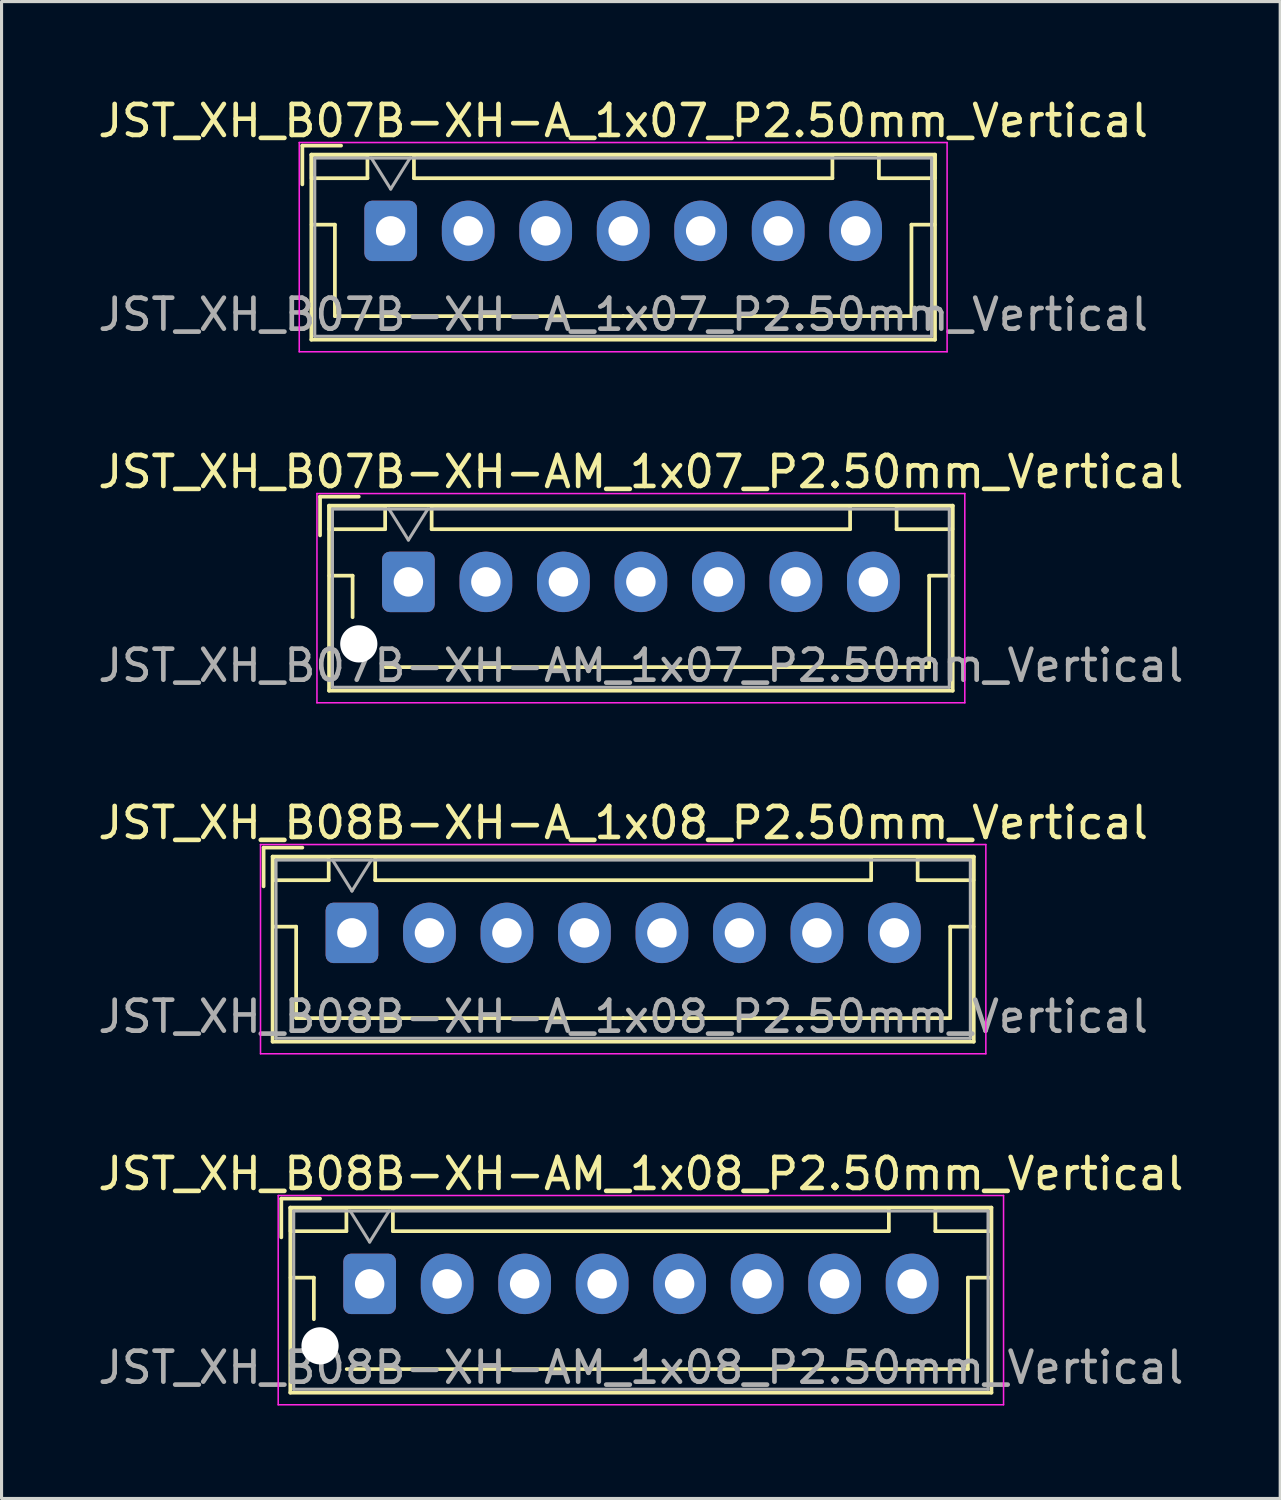
<source format=kicad_pcb>
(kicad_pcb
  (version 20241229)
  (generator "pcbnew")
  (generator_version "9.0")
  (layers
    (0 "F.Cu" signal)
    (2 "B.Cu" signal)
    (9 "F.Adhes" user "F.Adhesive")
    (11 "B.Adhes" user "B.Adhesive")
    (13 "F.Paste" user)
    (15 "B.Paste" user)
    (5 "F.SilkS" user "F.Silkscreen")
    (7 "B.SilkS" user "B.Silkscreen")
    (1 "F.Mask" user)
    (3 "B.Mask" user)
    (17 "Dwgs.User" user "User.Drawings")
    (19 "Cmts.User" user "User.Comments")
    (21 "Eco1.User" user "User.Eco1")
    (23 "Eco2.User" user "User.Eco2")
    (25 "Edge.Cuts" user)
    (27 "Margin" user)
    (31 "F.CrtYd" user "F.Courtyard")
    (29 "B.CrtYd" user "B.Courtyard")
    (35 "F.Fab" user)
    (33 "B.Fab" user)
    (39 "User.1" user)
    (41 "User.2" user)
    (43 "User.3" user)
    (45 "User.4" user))
  (footprint "JST_XH_B08B-XH-AM_1x08_P2.50mm_Vertical"
    (layer "F.Cu")
    (at 8.875 38.368)
    (property "Reference" "JST_XH_B08B-XH-AM_1x08_P2.50mm_Vertical" (at 8.75 -3.55 0) (layer "F.SilkS") (effects (font (size 1 1) (thickness 0.15))))
    (attr through_hole)
    (fp_line (start -2.85 -2.75) (end -2.85 -1.5) (stroke (width 0.12) (type solid)) (layer "F.SilkS"))
    (fp_line (start -2.56 -2.46) (end -2.56 3.51) (stroke (width 0.12) (type solid)) (layer "F.SilkS"))
    (fp_line (start -2.56 3.51) (end 20.06 3.51) (stroke (width 0.12) (type solid)) (layer "F.SilkS"))
    (fp_line (start -2.55 -2.45) (end -2.55 -1.7) (stroke (width 0.12) (type solid)) (layer "F.SilkS"))
    (fp_line (start -2.55 -1.7) (end -0.75 -1.7) (stroke (width 0.12) (type solid)) (layer "F.SilkS"))
    (fp_line (start -2.55 -0.2) (end -1.8 -0.2) (stroke (width 0.12) (type solid)) (layer "F.SilkS"))
    (fp_line (start -1.8 -0.2) (end -1.8 1.14) (stroke (width 0.12) (type solid)) (layer "F.SilkS"))
    (fp_line (start -1.6 -2.75) (end -2.85 -2.75) (stroke (width 0.12) (type solid)) (layer "F.SilkS"))
    (fp_line (start -0.75 -2.45) (end -2.55 -2.45) (stroke (width 0.12) (type solid)) (layer "F.SilkS"))
    (fp_line (start -0.75 -1.7) (end -0.75 -2.45) (stroke (width 0.12) (type solid)) (layer "F.SilkS"))
    (fp_line (start 0.75 -2.45) (end 0.75 -1.7) (stroke (width 0.12) (type solid)) (layer "F.SilkS"))
    (fp_line (start 0.75 -1.7) (end 16.75 -1.7) (stroke (width 0.12) (type solid)) (layer "F.SilkS"))
    (fp_line (start 8.75 2.75) (end -0.74 2.75) (stroke (width 0.12) (type solid)) (layer "F.SilkS"))
    (fp_line (start 16.75 -2.45) (end 0.75 -2.45) (stroke (width 0.12) (type solid)) (layer "F.SilkS"))
    (fp_line (start 16.75 -1.7) (end 16.75 -2.45) (stroke (width 0.12) (type solid)) (layer "F.SilkS"))
    (fp_line (start 18.25 -2.45) (end 18.25 -1.7) (stroke (width 0.12) (type solid)) (layer "F.SilkS"))
    (fp_line (start 18.25 -1.7) (end 20.05 -1.7) (stroke (width 0.12) (type solid)) (layer "F.SilkS"))
    (fp_line (start 19.3 -0.2) (end 19.3 2.75) (stroke (width 0.12) (type solid)) (layer "F.SilkS"))
    (fp_line (start 19.3 2.75) (end 8.75 2.75) (stroke (width 0.12) (type solid)) (layer "F.SilkS"))
    (fp_line (start 20.05 -2.45) (end 18.25 -2.45) (stroke (width 0.12) (type solid)) (layer "F.SilkS"))
    (fp_line (start 20.05 -1.7) (end 20.05 -2.45) (stroke (width 0.12) (type solid)) (layer "F.SilkS"))
    (fp_line (start 20.05 -0.2) (end 19.3 -0.2) (stroke (width 0.12) (type solid)) (layer "F.SilkS"))
    (fp_line (start 20.06 -2.46) (end -2.56 -2.46) (stroke (width 0.12) (type solid)) (layer "F.SilkS"))
    (fp_line (start 20.06 3.51) (end 20.06 -2.46) (stroke (width 0.12) (type solid)) (layer "F.SilkS"))
    (fp_line (start -2.95 -2.85) (end -2.95 3.9) (stroke (width 0.05) (type solid)) (layer "F.CrtYd"))
    (fp_line (start -2.95 3.9) (end 20.45 3.9) (stroke (width 0.05) (type solid)) (layer "F.CrtYd"))
    (fp_line (start 20.45 -2.85) (end -2.95 -2.85) (stroke (width 0.05) (type solid)) (layer "F.CrtYd"))
    (fp_line (start 20.45 3.9) (end 20.45 -2.85) (stroke (width 0.05) (type solid)) (layer "F.CrtYd"))
    (fp_line (start -2.45 -2.35) (end -2.45 3.4) (stroke (width 0.1) (type solid)) (layer "F.Fab"))
    (fp_line (start -2.45 3.4) (end 19.95 3.4) (stroke (width 0.1) (type solid)) (layer "F.Fab"))
    (fp_line (start -0.625 -2.35) (end 0 -1.35) (stroke (width 0.1) (type solid)) (layer "F.Fab"))
    (fp_line (start 0 -1.35) (end 0.625 -2.35) (stroke (width 0.1) (type solid)) (layer "F.Fab"))
    (fp_line (start 19.95 -2.35) (end -2.45 -2.35) (stroke (width 0.1) (type solid)) (layer "F.Fab"))
    (fp_line (start 19.95 3.4) (end 19.95 -2.35) (stroke (width 0.1) (type solid)) (layer "F.Fab"))
    (fp_text user "${REFERENCE}" (at 8.75 2.7 0) (layer "F.Fab") (effects (font (size 1 1) (thickness 0.15))))
    (pad "" np_thru_hole circle (at -1.6 2) (size 1.2 1.2) (drill 1.2) (layers "*.Cu" "*.Mask"))
    (pad "1" thru_hole roundrect (at 0 0) (size 1.7 1.95) (drill 0.95) (layers "*.Cu" "*.Mask") (roundrect_rratio 0.147))
    (pad "2" thru_hole oval (at 2.5 0) (size 1.7 1.95) (drill 0.95) (layers "*.Cu" "*.Mask"))
    (pad "3" thru_hole oval (at 5 0) (size 1.7 1.95) (drill 0.95) (layers "*.Cu" "*.Mask"))
    (pad "4" thru_hole oval (at 7.5 0) (size 1.7 1.95) (drill 0.95) (layers "*.Cu" "*.Mask"))
    (pad "5" thru_hole oval (at 10 0) (size 1.7 1.95) (drill 0.95) (layers "*.Cu" "*.Mask"))
    (pad "6" thru_hole oval (at 12.5 0) (size 1.7 1.95) (drill 0.95) (layers "*.Cu" "*.Mask"))
    (pad "7" thru_hole oval (at 15 0) (size 1.7 1.95) (drill 0.95) (layers "*.Cu" "*.Mask"))
    (pad "8" thru_hole oval (at 17.5 0) (size 1.7 1.95) (drill 0.95) (layers "*.Cu" "*.Mask")))
  (footprint "JST_XH_B07B-XH-A_1x07_P2.50mm_Vertical"
    (layer "F.Cu")
    (at 9.554 4.398)
    (property "Reference" "JST_XH_B07B-XH-A_1x07_P2.50mm_Vertical" (at 7.5 -3.55 0) (layer "F.SilkS") (effects (font (size 1 1) (thickness 0.15))))
    (attr through_hole)
    (fp_line (start -2.85 -2.75) (end -2.85 -1.5) (stroke (width 0.12) (type solid)) (layer "F.SilkS"))
    (fp_line (start -2.56 -2.46) (end -2.56 3.51) (stroke (width 0.12) (type solid)) (layer "F.SilkS"))
    (fp_line (start -2.56 3.51) (end 17.56 3.51) (stroke (width 0.12) (type solid)) (layer "F.SilkS"))
    (fp_line (start -2.55 -2.45) (end -2.55 -1.7) (stroke (width 0.12) (type solid)) (layer "F.SilkS"))
    (fp_line (start -2.55 -1.7) (end -0.75 -1.7) (stroke (width 0.12) (type solid)) (layer "F.SilkS"))
    (fp_line (start -2.55 -0.2) (end -1.8 -0.2) (stroke (width 0.12) (type solid)) (layer "F.SilkS"))
    (fp_line (start -1.8 -0.2) (end -1.8 2.75) (stroke (width 0.12) (type solid)) (layer "F.SilkS"))
    (fp_line (start -1.8 2.75) (end 7.5 2.75) (stroke (width 0.12) (type solid)) (layer "F.SilkS"))
    (fp_line (start -1.6 -2.75) (end -2.85 -2.75) (stroke (width 0.12) (type solid)) (layer "F.SilkS"))
    (fp_line (start -0.75 -2.45) (end -2.55 -2.45) (stroke (width 0.12) (type solid)) (layer "F.SilkS"))
    (fp_line (start -0.75 -1.7) (end -0.75 -2.45) (stroke (width 0.12) (type solid)) (layer "F.SilkS"))
    (fp_line (start 0.75 -2.45) (end 0.75 -1.7) (stroke (width 0.12) (type solid)) (layer "F.SilkS"))
    (fp_line (start 0.75 -1.7) (end 14.25 -1.7) (stroke (width 0.12) (type solid)) (layer "F.SilkS"))
    (fp_line (start 14.25 -2.45) (end 0.75 -2.45) (stroke (width 0.12) (type solid)) (layer "F.SilkS"))
    (fp_line (start 14.25 -1.7) (end 14.25 -2.45) (stroke (width 0.12) (type solid)) (layer "F.SilkS"))
    (fp_line (start 15.75 -2.45) (end 15.75 -1.7) (stroke (width 0.12) (type solid)) (layer "F.SilkS"))
    (fp_line (start 15.75 -1.7) (end 17.55 -1.7) (stroke (width 0.12) (type solid)) (layer "F.SilkS"))
    (fp_line (start 16.8 -0.2) (end 16.8 2.75) (stroke (width 0.12) (type solid)) (layer "F.SilkS"))
    (fp_line (start 16.8 2.75) (end 7.5 2.75) (stroke (width 0.12) (type solid)) (layer "F.SilkS"))
    (fp_line (start 17.55 -2.45) (end 15.75 -2.45) (stroke (width 0.12) (type solid)) (layer "F.SilkS"))
    (fp_line (start 17.55 -1.7) (end 17.55 -2.45) (stroke (width 0.12) (type solid)) (layer "F.SilkS"))
    (fp_line (start 17.55 -0.2) (end 16.8 -0.2) (stroke (width 0.12) (type solid)) (layer "F.SilkS"))
    (fp_line (start 17.56 -2.46) (end -2.56 -2.46) (stroke (width 0.12) (type solid)) (layer "F.SilkS"))
    (fp_line (start 17.56 3.51) (end 17.56 -2.46) (stroke (width 0.12) (type solid)) (layer "F.SilkS"))
    (fp_line (start -2.95 -2.85) (end -2.95 3.9) (stroke (width 0.05) (type solid)) (layer "F.CrtYd"))
    (fp_line (start -2.95 3.9) (end 17.95 3.9) (stroke (width 0.05) (type solid)) (layer "F.CrtYd"))
    (fp_line (start 17.95 -2.85) (end -2.95 -2.85) (stroke (width 0.05) (type solid)) (layer "F.CrtYd"))
    (fp_line (start 17.95 3.9) (end 17.95 -2.85) (stroke (width 0.05) (type solid)) (layer "F.CrtYd"))
    (fp_line (start -2.45 -2.35) (end -2.45 3.4) (stroke (width 0.1) (type solid)) (layer "F.Fab"))
    (fp_line (start -2.45 3.4) (end 17.45 3.4) (stroke (width 0.1) (type solid)) (layer "F.Fab"))
    (fp_line (start -0.625 -2.35) (end 0 -1.35) (stroke (width 0.1) (type solid)) (layer "F.Fab"))
    (fp_line (start 0 -1.35) (end 0.625 -2.35) (stroke (width 0.1) (type solid)) (layer "F.Fab"))
    (fp_line (start 17.45 -2.35) (end -2.45 -2.35) (stroke (width 0.1) (type solid)) (layer "F.Fab"))
    (fp_line (start 17.45 3.4) (end 17.45 -2.35) (stroke (width 0.1) (type solid)) (layer "F.Fab"))
    (fp_text user "${REFERENCE}" (at 7.5 2.7 0) (layer "F.Fab") (effects (font (size 1 1) (thickness 0.15))))
    (pad "1" thru_hole roundrect (at 0 0) (size 1.7 1.95) (drill 0.95) (layers "*.Cu" "*.Mask") (roundrect_rratio 0.147))
    (pad "2" thru_hole oval (at 2.5 0) (size 1.7 1.95) (drill 0.95) (layers "*.Cu" "*.Mask"))
    (pad "3" thru_hole oval (at 5 0) (size 1.7 1.95) (drill 0.95) (layers "*.Cu" "*.Mask"))
    (pad "4" thru_hole oval (at 7.5 0) (size 1.7 1.95) (drill 0.95) (layers "*.Cu" "*.Mask"))
    (pad "5" thru_hole oval (at 10 0) (size 1.7 1.95) (drill 0.95) (layers "*.Cu" "*.Mask"))
    (pad "6" thru_hole oval (at 12.5 0) (size 1.7 1.95) (drill 0.95) (layers "*.Cu" "*.Mask"))
    (pad "7" thru_hole oval (at 15 0) (size 1.7 1.95) (drill 0.95) (layers "*.Cu" "*.Mask")))
  (footprint "JST_XH_B07B-XH-AM_1x07_P2.50mm_Vertical"
    (layer "F.Cu")
    (at 10.125 15.722)
    (property "Reference" "JST_XH_B07B-XH-AM_1x07_P2.50mm_Vertical" (at 7.5 -3.55 0) (layer "F.SilkS") (effects (font (size 1 1) (thickness 0.15))))
    (attr through_hole)
    (fp_line (start -2.85 -2.75) (end -2.85 -1.5) (stroke (width 0.12) (type solid)) (layer "F.SilkS"))
    (fp_line (start -2.56 -2.46) (end -2.56 3.51) (stroke (width 0.12) (type solid)) (layer "F.SilkS"))
    (fp_line (start -2.56 3.51) (end 17.56 3.51) (stroke (width 0.12) (type solid)) (layer "F.SilkS"))
    (fp_line (start -2.55 -2.45) (end -2.55 -1.7) (stroke (width 0.12) (type solid)) (layer "F.SilkS"))
    (fp_line (start -2.55 -1.7) (end -0.75 -1.7) (stroke (width 0.12) (type solid)) (layer "F.SilkS"))
    (fp_line (start -2.55 -0.2) (end -1.8 -0.2) (stroke (width 0.12) (type solid)) (layer "F.SilkS"))
    (fp_line (start -1.8 -0.2) (end -1.8 1.14) (stroke (width 0.12) (type solid)) (layer "F.SilkS"))
    (fp_line (start -1.6 -2.75) (end -2.85 -2.75) (stroke (width 0.12) (type solid)) (layer "F.SilkS"))
    (fp_line (start -0.75 -2.45) (end -2.55 -2.45) (stroke (width 0.12) (type solid)) (layer "F.SilkS"))
    (fp_line (start -0.75 -1.7) (end -0.75 -2.45) (stroke (width 0.12) (type solid)) (layer "F.SilkS"))
    (fp_line (start 0.75 -2.45) (end 0.75 -1.7) (stroke (width 0.12) (type solid)) (layer "F.SilkS"))
    (fp_line (start 0.75 -1.7) (end 14.25 -1.7) (stroke (width 0.12) (type solid)) (layer "F.SilkS"))
    (fp_line (start 7.5 2.75) (end -0.74 2.75) (stroke (width 0.12) (type solid)) (layer "F.SilkS"))
    (fp_line (start 14.25 -2.45) (end 0.75 -2.45) (stroke (width 0.12) (type solid)) (layer "F.SilkS"))
    (fp_line (start 14.25 -1.7) (end 14.25 -2.45) (stroke (width 0.12) (type solid)) (layer "F.SilkS"))
    (fp_line (start 15.75 -2.45) (end 15.75 -1.7) (stroke (width 0.12) (type solid)) (layer "F.SilkS"))
    (fp_line (start 15.75 -1.7) (end 17.55 -1.7) (stroke (width 0.12) (type solid)) (layer "F.SilkS"))
    (fp_line (start 16.8 -0.2) (end 16.8 2.75) (stroke (width 0.12) (type solid)) (layer "F.SilkS"))
    (fp_line (start 16.8 2.75) (end 7.5 2.75) (stroke (width 0.12) (type solid)) (layer "F.SilkS"))
    (fp_line (start 17.55 -2.45) (end 15.75 -2.45) (stroke (width 0.12) (type solid)) (layer "F.SilkS"))
    (fp_line (start 17.55 -1.7) (end 17.55 -2.45) (stroke (width 0.12) (type solid)) (layer "F.SilkS"))
    (fp_line (start 17.55 -0.2) (end 16.8 -0.2) (stroke (width 0.12) (type solid)) (layer "F.SilkS"))
    (fp_line (start 17.56 -2.46) (end -2.56 -2.46) (stroke (width 0.12) (type solid)) (layer "F.SilkS"))
    (fp_line (start 17.56 3.51) (end 17.56 -2.46) (stroke (width 0.12) (type solid)) (layer "F.SilkS"))
    (fp_line (start -2.95 -2.85) (end -2.95 3.9) (stroke (width 0.05) (type solid)) (layer "F.CrtYd"))
    (fp_line (start -2.95 3.9) (end 17.95 3.9) (stroke (width 0.05) (type solid)) (layer "F.CrtYd"))
    (fp_line (start 17.95 -2.85) (end -2.95 -2.85) (stroke (width 0.05) (type solid)) (layer "F.CrtYd"))
    (fp_line (start 17.95 3.9) (end 17.95 -2.85) (stroke (width 0.05) (type solid)) (layer "F.CrtYd"))
    (fp_line (start -2.45 -2.35) (end -2.45 3.4) (stroke (width 0.1) (type solid)) (layer "F.Fab"))
    (fp_line (start -2.45 3.4) (end 17.45 3.4) (stroke (width 0.1) (type solid)) (layer "F.Fab"))
    (fp_line (start -0.625 -2.35) (end 0 -1.35) (stroke (width 0.1) (type solid)) (layer "F.Fab"))
    (fp_line (start 0 -1.35) (end 0.625 -2.35) (stroke (width 0.1) (type solid)) (layer "F.Fab"))
    (fp_line (start 17.45 -2.35) (end -2.45 -2.35) (stroke (width 0.1) (type solid)) (layer "F.Fab"))
    (fp_line (start 17.45 3.4) (end 17.45 -2.35) (stroke (width 0.1) (type solid)) (layer "F.Fab"))
    (fp_text user "${REFERENCE}" (at 7.5 2.7 0) (layer "F.Fab") (effects (font (size 1 1) (thickness 0.15))))
    (pad "" np_thru_hole circle (at -1.6 2) (size 1.2 1.2) (drill 1.2) (layers "*.Cu" "*.Mask"))
    (pad "1" thru_hole roundrect (at 0 0) (size 1.7 1.95) (drill 0.95) (layers "*.Cu" "*.Mask") (roundrect_rratio 0.147))
    (pad "2" thru_hole oval (at 2.5 0) (size 1.7 1.95) (drill 0.95) (layers "*.Cu" "*.Mask"))
    (pad "3" thru_hole oval (at 5 0) (size 1.7 1.95) (drill 0.95) (layers "*.Cu" "*.Mask"))
    (pad "4" thru_hole oval (at 7.5 0) (size 1.7 1.95) (drill 0.95) (layers "*.Cu" "*.Mask"))
    (pad "5" thru_hole oval (at 10 0) (size 1.7 1.95) (drill 0.95) (layers "*.Cu" "*.Mask"))
    (pad "6" thru_hole oval (at 12.5 0) (size 1.7 1.95) (drill 0.95) (layers "*.Cu" "*.Mask"))
    (pad "7" thru_hole oval (at 15 0) (size 1.7 1.95) (drill 0.95) (layers "*.Cu" "*.Mask")))
  (footprint "JST_XH_B08B-XH-A_1x08_P2.50mm_Vertical"
    (layer "F.Cu")
    (at 8.304 27.045)
    (property "Reference" "JST_XH_B08B-XH-A_1x08_P2.50mm_Vertical" (at 8.75 -3.55 0) (layer "F.SilkS") (effects (font (size 1 1) (thickness 0.15))))
    (attr through_hole)
    (fp_line (start -2.85 -2.75) (end -2.85 -1.5) (stroke (width 0.12) (type solid)) (layer "F.SilkS"))
    (fp_line (start -2.56 -2.46) (end -2.56 3.51) (stroke (width 0.12) (type solid)) (layer "F.SilkS"))
    (fp_line (start -2.56 3.51) (end 20.06 3.51) (stroke (width 0.12) (type solid)) (layer "F.SilkS"))
    (fp_line (start -2.55 -2.45) (end -2.55 -1.7) (stroke (width 0.12) (type solid)) (layer "F.SilkS"))
    (fp_line (start -2.55 -1.7) (end -0.75 -1.7) (stroke (width 0.12) (type solid)) (layer "F.SilkS"))
    (fp_line (start -2.55 -0.2) (end -1.8 -0.2) (stroke (width 0.12) (type solid)) (layer "F.SilkS"))
    (fp_line (start -1.8 -0.2) (end -1.8 2.75) (stroke (width 0.12) (type solid)) (layer "F.SilkS"))
    (fp_line (start -1.8 2.75) (end 8.75 2.75) (stroke (width 0.12) (type solid)) (layer "F.SilkS"))
    (fp_line (start -1.6 -2.75) (end -2.85 -2.75) (stroke (width 0.12) (type solid)) (layer "F.SilkS"))
    (fp_line (start -0.75 -2.45) (end -2.55 -2.45) (stroke (width 0.12) (type solid)) (layer "F.SilkS"))
    (fp_line (start -0.75 -1.7) (end -0.75 -2.45) (stroke (width 0.12) (type solid)) (layer "F.SilkS"))
    (fp_line (start 0.75 -2.45) (end 0.75 -1.7) (stroke (width 0.12) (type solid)) (layer "F.SilkS"))
    (fp_line (start 0.75 -1.7) (end 16.75 -1.7) (stroke (width 0.12) (type solid)) (layer "F.SilkS"))
    (fp_line (start 16.75 -2.45) (end 0.75 -2.45) (stroke (width 0.12) (type solid)) (layer "F.SilkS"))
    (fp_line (start 16.75 -1.7) (end 16.75 -2.45) (stroke (width 0.12) (type solid)) (layer "F.SilkS"))
    (fp_line (start 18.25 -2.45) (end 18.25 -1.7) (stroke (width 0.12) (type solid)) (layer "F.SilkS"))
    (fp_line (start 18.25 -1.7) (end 20.05 -1.7) (stroke (width 0.12) (type solid)) (layer "F.SilkS"))
    (fp_line (start 19.3 -0.2) (end 19.3 2.75) (stroke (width 0.12) (type solid)) (layer "F.SilkS"))
    (fp_line (start 19.3 2.75) (end 8.75 2.75) (stroke (width 0.12) (type solid)) (layer "F.SilkS"))
    (fp_line (start 20.05 -2.45) (end 18.25 -2.45) (stroke (width 0.12) (type solid)) (layer "F.SilkS"))
    (fp_line (start 20.05 -1.7) (end 20.05 -2.45) (stroke (width 0.12) (type solid)) (layer "F.SilkS"))
    (fp_line (start 20.05 -0.2) (end 19.3 -0.2) (stroke (width 0.12) (type solid)) (layer "F.SilkS"))
    (fp_line (start 20.06 -2.46) (end -2.56 -2.46) (stroke (width 0.12) (type solid)) (layer "F.SilkS"))
    (fp_line (start 20.06 3.51) (end 20.06 -2.46) (stroke (width 0.12) (type solid)) (layer "F.SilkS"))
    (fp_line (start -2.95 -2.85) (end -2.95 3.9) (stroke (width 0.05) (type solid)) (layer "F.CrtYd"))
    (fp_line (start -2.95 3.9) (end 20.45 3.9) (stroke (width 0.05) (type solid)) (layer "F.CrtYd"))
    (fp_line (start 20.45 -2.85) (end -2.95 -2.85) (stroke (width 0.05) (type solid)) (layer "F.CrtYd"))
    (fp_line (start 20.45 3.9) (end 20.45 -2.85) (stroke (width 0.05) (type solid)) (layer "F.CrtYd"))
    (fp_line (start -2.45 -2.35) (end -2.45 3.4) (stroke (width 0.1) (type solid)) (layer "F.Fab"))
    (fp_line (start -2.45 3.4) (end 19.95 3.4) (stroke (width 0.1) (type solid)) (layer "F.Fab"))
    (fp_line (start -0.625 -2.35) (end 0 -1.35) (stroke (width 0.1) (type solid)) (layer "F.Fab"))
    (fp_line (start 0 -1.35) (end 0.625 -2.35) (stroke (width 0.1) (type solid)) (layer "F.Fab"))
    (fp_line (start 19.95 -2.35) (end -2.45 -2.35) (stroke (width 0.1) (type solid)) (layer "F.Fab"))
    (fp_line (start 19.95 3.4) (end 19.95 -2.35) (stroke (width 0.1) (type solid)) (layer "F.Fab"))
    (fp_text user "${REFERENCE}" (at 8.75 2.7 0) (layer "F.Fab") (effects (font (size 1 1) (thickness 0.15))))
    (pad "1" thru_hole roundrect (at 0 0) (size 1.7 1.95) (drill 0.95) (layers "*.Cu" "*.Mask") (roundrect_rratio 0.147))
    (pad "2" thru_hole oval (at 2.5 0) (size 1.7 1.95) (drill 0.95) (layers "*.Cu" "*.Mask"))
    (pad "3" thru_hole oval (at 5 0) (size 1.7 1.95) (drill 0.95) (layers "*.Cu" "*.Mask"))
    (pad "4" thru_hole oval (at 7.5 0) (size 1.7 1.95) (drill 0.95) (layers "*.Cu" "*.Mask"))
    (pad "5" thru_hole oval (at 10 0) (size 1.7 1.95) (drill 0.95) (layers "*.Cu" "*.Mask"))
    (pad "6" thru_hole oval (at 12.5 0) (size 1.7 1.95) (drill 0.95) (layers "*.Cu" "*.Mask"))
    (pad "7" thru_hole oval (at 15 0) (size 1.7 1.95) (drill 0.95) (layers "*.Cu" "*.Mask"))
    (pad "8" thru_hole oval (at 17.5 0) (size 1.7 1.95) (drill 0.95) (layers "*.Cu" "*.Mask")))
  (gr_rect
    (start -3 -3)
    (end 38.25 45.293)
    (stroke (width 0.1) (type default))
    (fill no)
    (layer "Edge.Cuts")))
</source>
